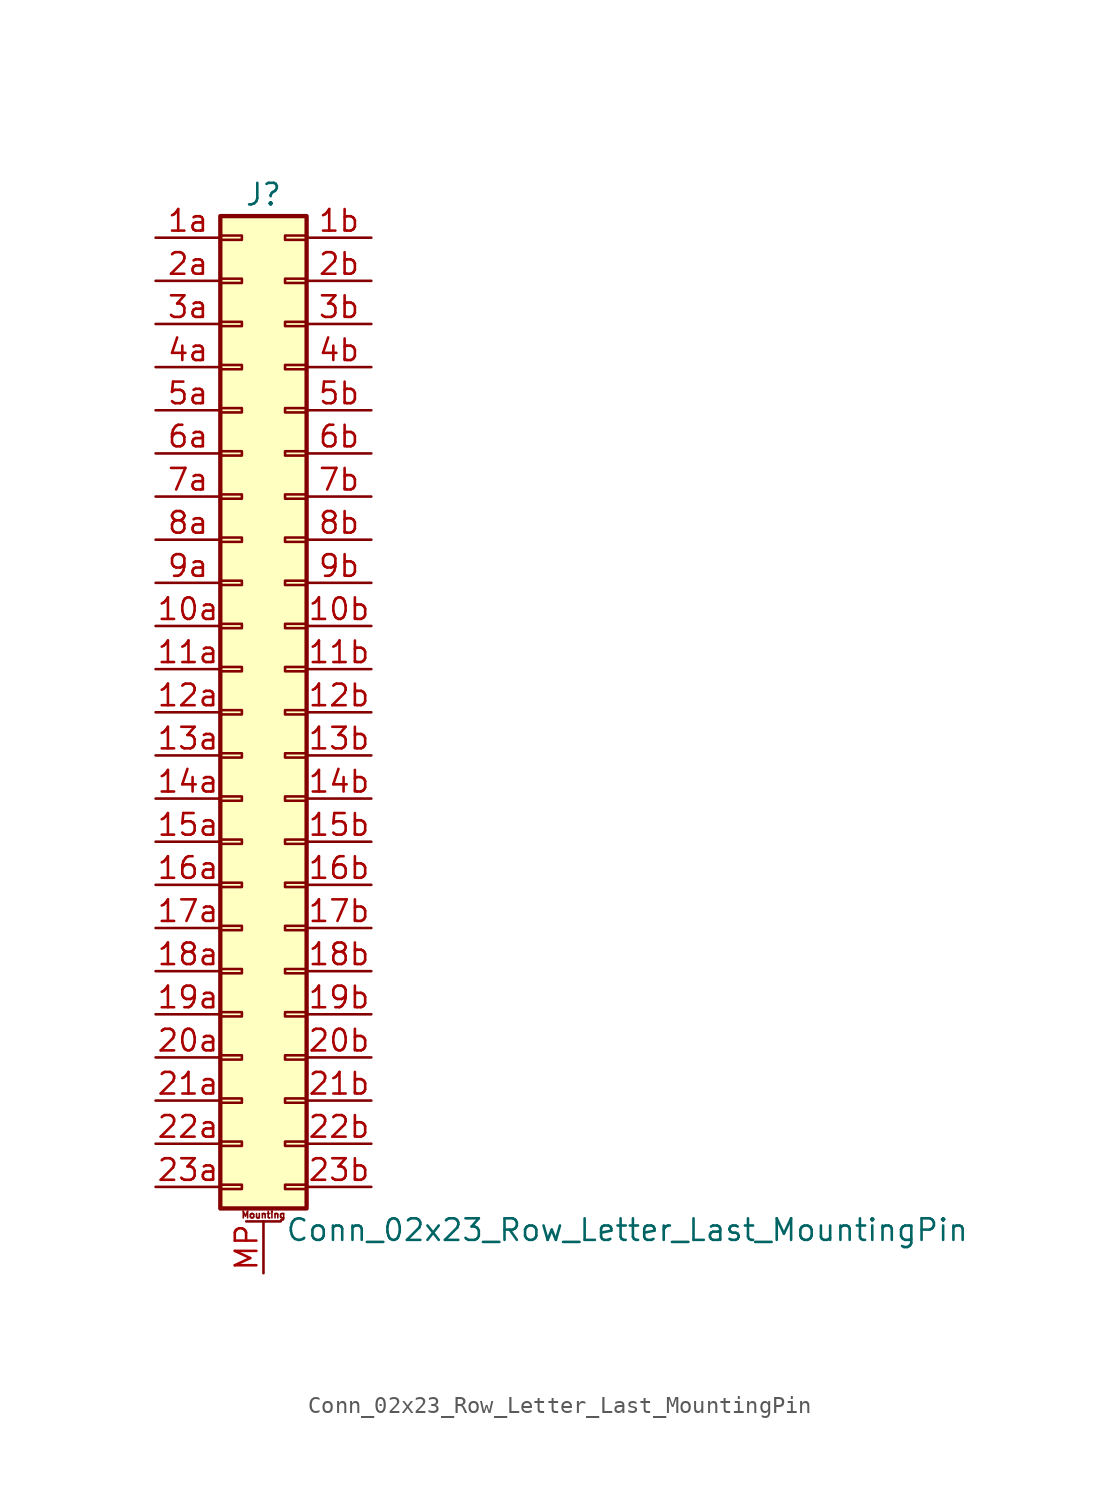
<source format=kicad_sym>
(kicad_symbol_lib
  (version 20201005)
  (generator kicad_symbol_editor)
  (symbol "Connector_Generic_MountingPin:Conn_02x23_Row_Letter_Last_MountingPin"
    (pin_names
      (offset 1.016) hide)
    (property "Reference" "J"
      (at 1.27 30.48 0)
      (effects (font (size 1.27 1.27))))
    (property "Value" "Conn_02x23_Row_Letter_Last_MountingPin"
      (at 2.54 -30.48 0)
      (effects (font (size 1.27 1.27)) (justify left)))
    (symbol "Conn_02x23_Row_Letter_Last_MountingPin_1_1"
      (text "Mounting" (at 1.27 -29.591 0) (effects (font (size 0.381 0.381))))
      (rectangle (start -1.27 -27.813) (end 0 -28.067) (stroke (width 0.152)) (fill (type none)))
      (rectangle (start -1.27 -4.953) (end 0 -5.207) (stroke (width 0.152)) (fill (type none)))
      (rectangle (start -1.27 -7.493) (end 0 -7.747) (stroke (width 0.152)) (fill (type none)))
      (rectangle (start -1.27 -10.033) (end 0 -10.287) (stroke (width 0.152)) (fill (type none)))
      (rectangle (start -1.27 -12.573) (end 0 -12.827) (stroke (width 0.152)) (fill (type none)))
      (rectangle (start -1.27 -15.113) (end 0 -15.367) (stroke (width 0.152)) (fill (type none)))
      (rectangle (start -1.27 -17.653) (end 0 -17.907) (stroke (width 0.152)) (fill (type none)))
      (rectangle (start -1.27 -20.193) (end 0 -20.447) (stroke (width 0.152)) (fill (type none)))
      (rectangle (start -1.27 -22.733) (end 0 -22.987) (stroke (width 0.152)) (fill (type none)))
      (rectangle (start -1.27 -2.413) (end 0 -2.667) (stroke (width 0.152)) (fill (type none)))
      (rectangle (start -1.27 -25.273) (end 0 -25.527) (stroke (width 0.152)) (fill (type none)))
      (rectangle (start -1.27 25.527) (end 0 25.273) (stroke (width 0.152)) (fill (type none)))
      (rectangle (start -1.27 2.667) (end 0 2.413) (stroke (width 0.152)) (fill (type none)))
      (rectangle (start -1.27 28.067) (end 0 27.813) (stroke (width 0.152)) (fill (type none)))
      (rectangle (start -1.27 29.21) (end 3.81 -29.21) (stroke (width 0.254)) (fill (type background)))
      (rectangle (start -1.27 5.207) (end 0 4.953) (stroke (width 0.152)) (fill (type none)))
      (rectangle (start -1.27 7.747) (end 0 7.493) (stroke (width 0.152)) (fill (type none)))
      (rectangle (start -1.27 10.287) (end 0 10.033) (stroke (width 0.152)) (fill (type none)))
      (rectangle (start -1.27 0.127) (end 0 -0.127) (stroke (width 0.152)) (fill (type none)))
      (rectangle (start -1.27 12.827) (end 0 12.573) (stroke (width 0.152)) (fill (type none)))
      (rectangle (start -1.27 15.367) (end 0 15.113) (stroke (width 0.152)) (fill (type none)))
      (rectangle (start -1.27 17.907) (end 0 17.653) (stroke (width 0.152)) (fill (type none)))
      (rectangle (start -1.27 20.447) (end 0 20.193) (stroke (width 0.152)) (fill (type none)))
      (rectangle (start -1.27 22.987) (end 0 22.733) (stroke (width 0.152)) (fill (type none)))
      (rectangle (start 3.81 -27.813) (end 2.54 -28.067) (stroke (width 0.152)) (fill (type none)))
      (rectangle (start 3.81 -4.953) (end 2.54 -5.207) (stroke (width 0.152)) (fill (type none)))
      (rectangle (start 3.81 -7.493) (end 2.54 -7.747) (stroke (width 0.152)) (fill (type none)))
      (rectangle (start 3.81 -10.033) (end 2.54 -10.287) (stroke (width 0.152)) (fill (type none)))
      (rectangle (start 3.81 -12.573) (end 2.54 -12.827) (stroke (width 0.152)) (fill (type none)))
      (rectangle (start 3.81 -15.113) (end 2.54 -15.367) (stroke (width 0.152)) (fill (type none)))
      (rectangle (start 3.81 -17.653) (end 2.54 -17.907) (stroke (width 0.152)) (fill (type none)))
      (rectangle (start 3.81 -20.193) (end 2.54 -20.447) (stroke (width 0.152)) (fill (type none)))
      (rectangle (start 3.81 -22.733) (end 2.54 -22.987) (stroke (width 0.152)) (fill (type none)))
      (rectangle (start 3.81 -2.413) (end 2.54 -2.667) (stroke (width 0.152)) (fill (type none)))
      (rectangle (start 3.81 -25.273) (end 2.54 -25.527) (stroke (width 0.152)) (fill (type none)))
      (rectangle (start 3.81 25.527) (end 2.54 25.273) (stroke (width 0.152)) (fill (type none)))
      (rectangle (start 3.81 2.667) (end 2.54 2.413) (stroke (width 0.152)) (fill (type none)))
      (rectangle (start 3.81 28.067) (end 2.54 27.813) (stroke (width 0.152)) (fill (type none)))
      (rectangle (start 3.81 5.207) (end 2.54 4.953) (stroke (width 0.152)) (fill (type none)))
      (rectangle (start 3.81 7.747) (end 2.54 7.493) (stroke (width 0.152)) (fill (type none)))
      (rectangle (start 3.81 10.287) (end 2.54 10.033) (stroke (width 0.152)) (fill (type none)))
      (rectangle (start 3.81 0.127) (end 2.54 -0.127) (stroke (width 0.152)) (fill (type none)))
      (rectangle (start 3.81 12.827) (end 2.54 12.573) (stroke (width 0.152)) (fill (type none)))
      (rectangle (start 3.81 15.367) (end 2.54 15.113) (stroke (width 0.152)) (fill (type none)))
      (rectangle (start 3.81 17.907) (end 2.54 17.653) (stroke (width 0.152)) (fill (type none)))
      (rectangle (start 3.81 20.447) (end 2.54 20.193) (stroke (width 0.152)) (fill (type none)))
      (rectangle (start 3.81 22.987) (end 2.54 22.733) (stroke (width 0.152)) (fill (type none)))
      (polyline (pts (xy 0.254 -29.972) (xy 2.286 -29.972)) (stroke (width 0.152)) (fill (type none)))
      (pin passive line (at 1.27 -33.02 90) (length 3.048) (name "MountPin" (effects (font (size 1.27 1.27)))) (number "MP" (effects (font (size 1.27 1.27)))))
      (pin passive line (at -5.08 5.08 0) (length 3.81) (name "Pin_10a" (effects (font (size 1.27 1.27)))) (number "10a" (effects (font (size 1.27 1.27)))))
      (pin passive line (at 7.62 5.08 180) (length 3.81) (name "Pin_10b" (effects (font (size 1.27 1.27)))) (number "10b" (effects (font (size 1.27 1.27)))))
      (pin passive line (at -5.08 2.54 0) (length 3.81) (name "Pin_11a" (effects (font (size 1.27 1.27)))) (number "11a" (effects (font (size 1.27 1.27)))))
      (pin passive line (at 7.62 2.54 180) (length 3.81) (name "Pin_11b" (effects (font (size 1.27 1.27)))) (number "11b" (effects (font (size 1.27 1.27)))))
      (pin passive line (at -5.08 0 0) (length 3.81) (name "Pin_12a" (effects (font (size 1.27 1.27)))) (number "12a" (effects (font (size 1.27 1.27)))))
      (pin passive line (at 7.62 0 180) (length 3.81) (name "Pin_12b" (effects (font (size 1.27 1.27)))) (number "12b" (effects (font (size 1.27 1.27)))))
      (pin passive line (at -5.08 -2.54 0) (length 3.81) (name "Pin_13a" (effects (font (size 1.27 1.27)))) (number "13a" (effects (font (size 1.27 1.27)))))
      (pin passive line (at 7.62 -2.54 180) (length 3.81) (name "Pin_13b" (effects (font (size 1.27 1.27)))) (number "13b" (effects (font (size 1.27 1.27)))))
      (pin passive line (at -5.08 -5.08 0) (length 3.81) (name "Pin_14a" (effects (font (size 1.27 1.27)))) (number "14a" (effects (font (size 1.27 1.27)))))
      (pin passive line (at 7.62 -5.08 180) (length 3.81) (name "Pin_14b" (effects (font (size 1.27 1.27)))) (number "14b" (effects (font (size 1.27 1.27)))))
      (pin passive line (at -5.08 -7.62 0) (length 3.81) (name "Pin_15a" (effects (font (size 1.27 1.27)))) (number "15a" (effects (font (size 1.27 1.27)))))
      (pin passive line (at 7.62 -7.62 180) (length 3.81) (name "Pin_15b" (effects (font (size 1.27 1.27)))) (number "15b" (effects (font (size 1.27 1.27)))))
      (pin passive line (at -5.08 -10.16 0) (length 3.81) (name "Pin_16a" (effects (font (size 1.27 1.27)))) (number "16a" (effects (font (size 1.27 1.27)))))
      (pin passive line (at 7.62 -10.16 180) (length 3.81) (name "Pin_16b" (effects (font (size 1.27 1.27)))) (number "16b" (effects (font (size 1.27 1.27)))))
      (pin passive line (at -5.08 -12.7 0) (length 3.81) (name "Pin_17a" (effects (font (size 1.27 1.27)))) (number "17a" (effects (font (size 1.27 1.27)))))
      (pin passive line (at 7.62 -12.7 180) (length 3.81) (name "Pin_17b" (effects (font (size 1.27 1.27)))) (number "17b" (effects (font (size 1.27 1.27)))))
      (pin passive line (at -5.08 -15.24 0) (length 3.81) (name "Pin_18a" (effects (font (size 1.27 1.27)))) (number "18a" (effects (font (size 1.27 1.27)))))
      (pin passive line (at 7.62 -15.24 180) (length 3.81) (name "Pin_18b" (effects (font (size 1.27 1.27)))) (number "18b" (effects (font (size 1.27 1.27)))))
      (pin passive line (at -5.08 -17.78 0) (length 3.81) (name "Pin_19a" (effects (font (size 1.27 1.27)))) (number "19a" (effects (font (size 1.27 1.27)))))
      (pin passive line (at 7.62 -17.78 180) (length 3.81) (name "Pin_19b" (effects (font (size 1.27 1.27)))) (number "19b" (effects (font (size 1.27 1.27)))))
      (pin passive line (at -5.08 27.94 0) (length 3.81) (name "Pin_1a" (effects (font (size 1.27 1.27)))) (number "1a" (effects (font (size 1.27 1.27)))))
      (pin passive line (at 7.62 27.94 180) (length 3.81) (name "Pin_1b" (effects (font (size 1.27 1.27)))) (number "1b" (effects (font (size 1.27 1.27)))))
      (pin passive line (at -5.08 -20.32 0) (length 3.81) (name "Pin_20a" (effects (font (size 1.27 1.27)))) (number "20a" (effects (font (size 1.27 1.27)))))
      (pin passive line (at 7.62 -20.32 180) (length 3.81) (name "Pin_20b" (effects (font (size 1.27 1.27)))) (number "20b" (effects (font (size 1.27 1.27)))))
      (pin passive line (at -5.08 -22.86 0) (length 3.81) (name "Pin_21a" (effects (font (size 1.27 1.27)))) (number "21a" (effects (font (size 1.27 1.27)))))
      (pin passive line (at 7.62 -22.86 180) (length 3.81) (name "Pin_21b" (effects (font (size 1.27 1.27)))) (number "21b" (effects (font (size 1.27 1.27)))))
      (pin passive line (at -5.08 -25.4 0) (length 3.81) (name "Pin_22a" (effects (font (size 1.27 1.27)))) (number "22a" (effects (font (size 1.27 1.27)))))
      (pin passive line (at 7.62 -25.4 180) (length 3.81) (name "Pin_22b" (effects (font (size 1.27 1.27)))) (number "22b" (effects (font (size 1.27 1.27)))))
      (pin passive line (at -5.08 -27.94 0) (length 3.81) (name "Pin_23a" (effects (font (size 1.27 1.27)))) (number "23a" (effects (font (size 1.27 1.27)))))
      (pin passive line (at 7.62 -27.94 180) (length 3.81) (name "Pin_23b" (effects (font (size 1.27 1.27)))) (number "23b" (effects (font (size 1.27 1.27)))))
      (pin passive line (at -5.08 25.4 0) (length 3.81) (name "Pin_2a" (effects (font (size 1.27 1.27)))) (number "2a" (effects (font (size 1.27 1.27)))))
      (pin passive line (at 7.62 25.4 180) (length 3.81) (name "Pin_2b" (effects (font (size 1.27 1.27)))) (number "2b" (effects (font (size 1.27 1.27)))))
      (pin passive line (at -5.08 22.86 0) (length 3.81) (name "Pin_3a" (effects (font (size 1.27 1.27)))) (number "3a" (effects (font (size 1.27 1.27)))))
      (pin passive line (at 7.62 22.86 180) (length 3.81) (name "Pin_3b" (effects (font (size 1.27 1.27)))) (number "3b" (effects (font (size 1.27 1.27)))))
      (pin passive line (at -5.08 20.32 0) (length 3.81) (name "Pin_4a" (effects (font (size 1.27 1.27)))) (number "4a" (effects (font (size 1.27 1.27)))))
      (pin passive line (at 7.62 20.32 180) (length 3.81) (name "Pin_4b" (effects (font (size 1.27 1.27)))) (number "4b" (effects (font (size 1.27 1.27)))))
      (pin passive line (at -5.08 17.78 0) (length 3.81) (name "Pin_5a" (effects (font (size 1.27 1.27)))) (number "5a" (effects (font (size 1.27 1.27)))))
      (pin passive line (at 7.62 17.78 180) (length 3.81) (name "Pin_5b" (effects (font (size 1.27 1.27)))) (number "5b" (effects (font (size 1.27 1.27)))))
      (pin passive line (at -5.08 15.24 0) (length 3.81) (name "Pin_6a" (effects (font (size 1.27 1.27)))) (number "6a" (effects (font (size 1.27 1.27)))))
      (pin passive line (at 7.62 15.24 180) (length 3.81) (name "Pin_6b" (effects (font (size 1.27 1.27)))) (number "6b" (effects (font (size 1.27 1.27)))))
      (pin passive line (at -5.08 12.7 0) (length 3.81) (name "Pin_7a" (effects (font (size 1.27 1.27)))) (number "7a" (effects (font (size 1.27 1.27)))))
      (pin passive line (at 7.62 12.7 180) (length 3.81) (name "Pin_7b" (effects (font (size 1.27 1.27)))) (number "7b" (effects (font (size 1.27 1.27)))))
      (pin passive line (at -5.08 10.16 0) (length 3.81) (name "Pin_8a" (effects (font (size 1.27 1.27)))) (number "8a" (effects (font (size 1.27 1.27)))))
      (pin passive line (at 7.62 10.16 180) (length 3.81) (name "Pin_8b" (effects (font (size 1.27 1.27)))) (number "8b" (effects (font (size 1.27 1.27)))))
      (pin passive line (at -5.08 7.62 0) (length 3.81) (name "Pin_9a" (effects (font (size 1.27 1.27)))) (number "9a" (effects (font (size 1.27 1.27)))))
      (pin passive line (at 7.62 7.62 180) (length 3.81) (name "Pin_9b" (effects (font (size 1.27 1.27)))) (number "9b" (effects (font (size 1.27 1.27))))))))
</source>
